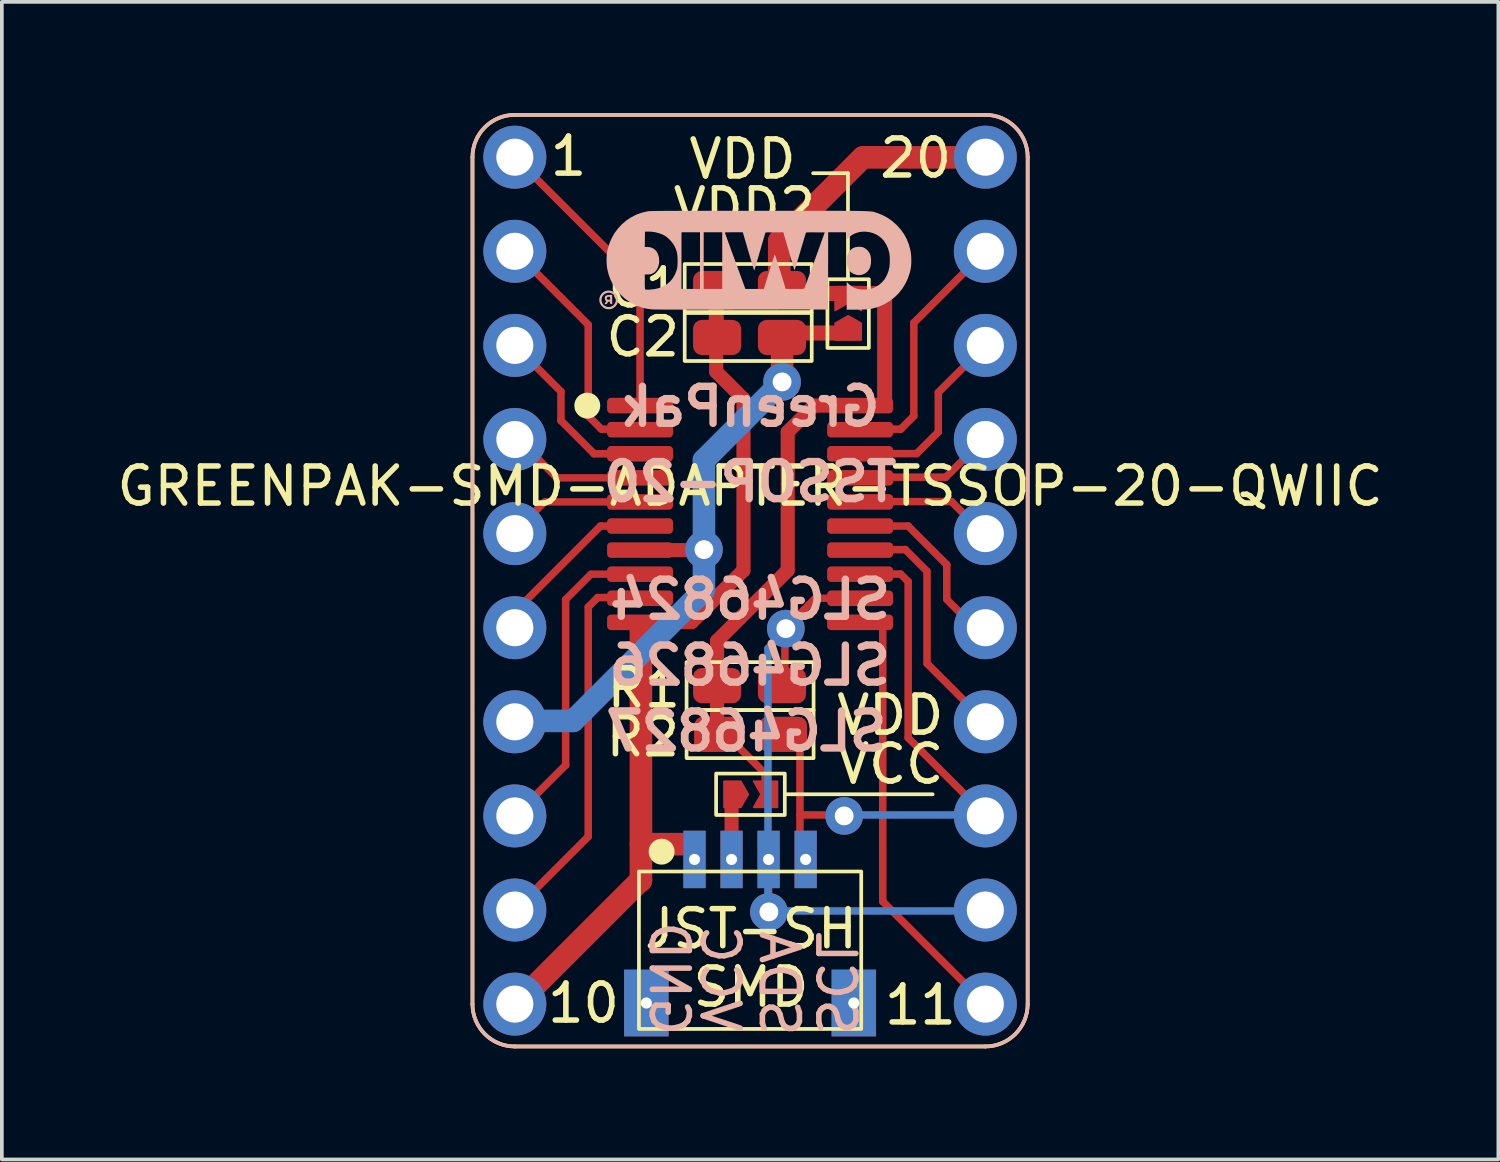
<source format=kicad_pcb>
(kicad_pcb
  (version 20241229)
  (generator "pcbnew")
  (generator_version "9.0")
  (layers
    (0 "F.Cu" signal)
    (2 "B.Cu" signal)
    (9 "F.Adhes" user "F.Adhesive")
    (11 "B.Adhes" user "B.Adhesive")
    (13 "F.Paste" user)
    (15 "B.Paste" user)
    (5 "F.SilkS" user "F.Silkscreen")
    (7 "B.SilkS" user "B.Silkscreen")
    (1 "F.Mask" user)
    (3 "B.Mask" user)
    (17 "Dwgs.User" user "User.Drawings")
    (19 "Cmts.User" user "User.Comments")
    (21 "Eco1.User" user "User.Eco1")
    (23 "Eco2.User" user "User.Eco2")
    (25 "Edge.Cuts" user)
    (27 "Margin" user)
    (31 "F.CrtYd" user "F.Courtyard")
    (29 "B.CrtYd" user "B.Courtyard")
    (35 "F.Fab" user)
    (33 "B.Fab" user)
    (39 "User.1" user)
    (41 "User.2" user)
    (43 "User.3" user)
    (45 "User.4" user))
  (footprint "GREENPAK-SMD-ADAPTER-TSSOP-20-QWIIC"
    (layer "F.Cu")
    (at 17.196 12.623)
    (property "Reference" "GREENPAK-SMD-ADAPTER-TSSOP-20-QWIIC" (at 0 -2.55 0) (layer "F.SilkS") (effects (font (size 1 1) (thickness 0.15))))
    (attr smd)
    (fp_line (start -6.375 8.915) (end -4.37 6.91) (stroke (width 0.203) (type default)) (layer "F.Cu"))
    (fp_line (start -6.35 -11.43) (end -2.972 -8.052) (stroke (width 0.203) (type default)) (layer "F.Cu"))
    (fp_line (start -6.35 -8.89) (end -4.369 -6.909) (stroke (width 0.203) (type default)) (layer "F.Cu"))
    (fp_line (start -6.35 -6.35) (end -5.105 -5.105) (stroke (width 0.203) (type default)) (layer "F.Cu"))
    (fp_line (start -6.349 6.349) (end -4.978 4.978) (stroke (width 0.203) (type default)) (layer "F.Cu"))
    (fp_line (start -6.287 -3.849) (end -5.216 -2.777) (stroke (width 0.2) (type default)) (layer "F.Cu"))
    (fp_line (start -5.547 -2.124) (end -6.404 -1.267) (stroke (width 0.2) (type default)) (layer "F.Cu"))
    (fp_line (start -5.207 -2.775) (end -2.97 -2.775) (stroke (width 0.2) (type default)) (layer "F.Cu"))
    (fp_line (start -5.106 -4.321) (end -4.214 -3.429) (stroke (width 0.203) (type default)) (layer "F.Cu"))
    (fp_line (start -5.105 -4.318) (end -5.105 -5.105) (stroke (width 0.203) (type default)) (layer "F.Cu"))
    (fp_line (start -4.981 0.511) (end -4.296 -0.174) (stroke (width 0.2) (type default)) (layer "F.Cu"))
    (fp_line (start -4.978 0.508) (end -4.978 4.978) (stroke (width 0.203) (type default)) (layer "F.Cu"))
    (fp_line (start -4.369 -4.445) (end -4.369 -6.909) (stroke (width 0.203) (type default)) (layer "F.Cu"))
    (fp_line (start -4.369 0.711) (end -4.369 6.909) (stroke (width 0.203) (type default)) (layer "F.Cu"))
    (fp_line (start -4.368 0.711) (end -4.114 0.457) (stroke (width 0.203) (type default)) (layer "F.Cu"))
    (fp_line (start -4.039 -1.473) (end -6.5 0.988) (stroke (width 0.203) (type default)) (layer "F.Cu"))
    (fp_line (start -4.013 -4.089) (end -4.367 -4.443) (stroke (width 0.203) (type default)) (layer "F.Cu"))
    (fp_line (start -2.97 -4.725) (end -2.97 -8.052) (stroke (width 0.203) (type default)) (layer "F.Cu"))
    (fp_line (start -2.97 -4.089) (end -4.013 -4.089) (stroke (width 0.203) (type default)) (layer "F.Cu"))
    (fp_line (start -2.97 -3.425) (end -4.216 -3.425) (stroke (width 0.203) (type default)) (layer "F.Cu"))
    (fp_line (start -2.97 -2.125) (end -5.537 -2.125) (stroke (width 0.2) (type default)) (layer "F.Cu"))
    (fp_line (start -2.97 -1.475) (end -4.039 -1.475) (stroke (width 0.203) (type default)) (layer "F.Cu"))
    (fp_line (start -2.97 -0.175) (end -4.293 -0.175) (stroke (width 0.2) (type default)) (layer "F.Cu"))
    (fp_line (start -2.946 1.295) (end -2.946 8.103) (stroke (width 0.61) (type default)) (layer "F.Cu"))
    (fp_line (start -2.946 8.077) (end -6.388 11.519) (stroke (width 0.61) (type default)) (layer "F.Cu"))
    (fp_line (start -2.945 0.457) (end -4.115 0.457) (stroke (width 0.203) (type default)) (layer "F.Cu"))
    (fp_line (start -1.575 1.118) (end -2.997 1.118) (stroke (width 0.381) (type default)) (layer "F.Cu"))
    (fp_line (start -1.575 7.112) (end -2.946 7.112) (stroke (width 0.61) (type default)) (layer "F.Cu"))
    (fp_line (start -1.245 -0.825) (end -2.97 -0.825) (stroke (width 0.381) (type default)) (layer "F.Cu"))
    (fp_line (start -0.914 -6.564) (end -0.914 -7.885) (stroke (width 0.406) (type default)) (layer "F.Cu"))
    (fp_line (start -0.914 -6.477) (end -0.914 -5.639) (stroke (width 0.381) (type default)) (layer "F.Cu"))
    (fp_line (start -0.893 1.63) (end 1.015 -0.278) (stroke (width 0.381) (type default)) (layer "F.Cu"))
    (fp_line (start -0.889 1.626) (end -0.889 2.87) (stroke (width 0.381) (type default)) (layer "F.Cu"))
    (fp_line (start -0.889 2.834) (end -0.889 4.129) (stroke (width 0.381) (type default)) (layer "F.Cu"))
    (fp_line (start -0.5 7.525) (end -0.5 5.715) (stroke (width 0.381) (type default)) (layer "F.Cu"))
    (fp_line (start -0.489 4.312) (end 0.406 5.207) (stroke (width 0.203) (type default)) (layer "F.Cu"))
    (fp_line (start -0.185 -0.272) (end -1.573 1.116) (stroke (width 0.381) (type default)) (layer "F.Cu"))
    (fp_line (start -0.178 -4.903) (end -0.914 -5.639) (stroke (width 0.381) (type default)) (layer "F.Cu"))
    (fp_line (start -0.178 -4.902) (end -0.178 -0.279) (stroke (width 0.381) (type default)) (layer "F.Cu"))
    (fp_line (start 0.406 5.22) (end 0.406 5.588) (stroke (width 0.203) (type default)) (layer "F.Cu"))
    (fp_line (start 0.5 9.296) (end 0.5 7.525) (stroke (width 0.203) (type default)) (layer "F.Cu"))
    (fp_line (start 0.709 1.526) (end 1.76 0.475) (stroke (width 0.2) (type default)) (layer "F.Cu"))
    (fp_line (start 0.787 -9.169) (end 3.043 -11.425) (stroke (width 0.61) (type default)) (layer "F.Cu"))
    (fp_line (start 0.787 -7.95) (end 0.787 -9.169) (stroke (width 0.61) (type default)) (layer "F.Cu"))
    (fp_line (start 0.787 -7.752) (end 3.556 -7.752) (stroke (width 0.406) (type default)) (layer "F.Cu"))
    (fp_line (start 0.864 -6.685) (end 2.388 -6.685) (stroke (width 0.406) (type default)) (layer "F.Cu"))
    (fp_line (start 0.864 -6.558) (end 0.864 -5.39) (stroke (width 0.61) (type default)) (layer "F.Cu"))
    (fp_line (start 0.94 1.321) (end 0.94 2.845) (stroke (width 0.203) (type default)) (layer "F.Cu"))
    (fp_line (start 1.016 -4.013) (end 1.016 -0.279) (stroke (width 0.381) (type default)) (layer "F.Cu"))
    (fp_line (start 1.017 -4.014) (end 1.727 -4.724) (stroke (width 0.381) (type default)) (layer "F.Cu"))
    (fp_line (start 1.346 4.064) (end 1.346 6.921) (stroke (width 0.203) (type default)) (layer "F.Cu"))
    (fp_line (start 1.346 6.325) (end 2.54 6.325) (stroke (width 0.203) (type default)) (layer "F.Cu"))
    (fp_line (start 1.778 0.475) (end 2.97 0.475) (stroke (width 0.2) (type default)) (layer "F.Cu"))
    (fp_line (start 2.919 -2.794) (end 5.283 -2.794) (stroke (width 0.203) (type default)) (layer "F.Cu"))
    (fp_line (start 2.945 -3.429) (end 4.496 -3.429) (stroke (width 0.203) (type default)) (layer "F.Cu"))
    (fp_line (start 2.97 -4.725) (end 1.727 -4.725) (stroke (width 0.381) (type default)) (layer "F.Cu"))
    (fp_line (start 2.97 -2.134) (end 5.436 -2.134) (stroke (width 0.203) (type default)) (layer "F.Cu"))
    (fp_line (start 2.97 -1.475) (end 4.267 -1.475) (stroke (width 0.203) (type default)) (layer "F.Cu"))
    (fp_line (start 3.581 1.1) (end 3.581 8.661) (stroke (width 0.203) (type default)) (layer "F.Cu"))
    (fp_line (start 3.632 -4.775) (end 3.632 -7.747) (stroke (width 0.406) (type default)) (layer "F.Cu"))
    (fp_line (start 4.064 -4.089) (end 3.175 -4.089) (stroke (width 0.203) (type default)) (layer "F.Cu"))
    (fp_line (start 4.064 -4.089) (end 4.42 -4.445) (stroke (width 0.203) (type default)) (layer "F.Cu"))
    (fp_line (start 4.064 -0.178) (end 3.454 -0.178) (stroke (width 0.203) (type default)) (layer "F.Cu"))
    (fp_line (start 4.19 -0.839) (end 4.774 -0.255) (stroke (width 0.203) (type default)) (layer "F.Cu"))
    (fp_line (start 4.191 -0.838) (end 3.099 -0.838) (stroke (width 0.203) (type default)) (layer "F.Cu"))
    (fp_line (start 4.267 0.025) (end 4.064 -0.178) (stroke (width 0.203) (type default)) (layer "F.Cu"))
    (fp_line (start 4.267 4.242) (end 4.267 0.025) (stroke (width 0.203) (type default)) (layer "F.Cu"))
    (fp_line (start 4.42 -4.445) (end 4.42 -6.96) (stroke (width 0.203) (type default)) (layer "F.Cu"))
    (fp_line (start 4.499 -3.432) (end 5.08 -4.013) (stroke (width 0.203) (type default)) (layer "F.Cu"))
    (fp_line (start 4.775 2.235) (end 4.775 -0.254) (stroke (width 0.203) (type default)) (layer "F.Cu"))
    (fp_line (start 5.08 -5.08) (end 5.08 -4.013) (stroke (width 0.203) (type default)) (layer "F.Cu"))
    (fp_line (start 5.309 -0.432) (end 5.309 0.483) (stroke (width 0.203) (type default)) (layer "F.Cu"))
    (fp_line (start 5.31 -0.43) (end 4.266 -1.475) (stroke (width 0.203) (type default)) (layer "F.Cu"))
    (fp_line (start 5.436 -2.134) (end 6.4 -1.169) (stroke (width 0.203) (type default)) (layer "F.Cu"))
    (fp_line (start 5.955 1.155) (end 5.309 0.508) (stroke (width 0.203) (type default)) (layer "F.Cu"))
    (fp_line (start 6.319 -3.83) (end 5.283 -2.794) (stroke (width 0.203) (type default)) (layer "F.Cu"))
    (fp_line (start 6.343 6.317) (end 4.267 4.242) (stroke (width 0.203) (type default)) (layer "F.Cu"))
    (fp_line (start 6.35 -11.425) (end 3.048 -11.425) (stroke (width 0.61) (type default)) (layer "F.Cu"))
    (fp_line (start 6.35 -8.889) (end 4.42 -6.96) (stroke (width 0.203) (type default)) (layer "F.Cu"))
    (fp_line (start 6.35 3.81) (end 4.778 2.238) (stroke (width 0.203) (type default)) (layer "F.Cu"))
    (fp_line (start 6.35 11.43) (end 3.588 8.668) (stroke (width 0.203) (type default)) (layer "F.Cu"))
    (fp_line (start 6.644 -6.644) (end 5.08 -5.08) (stroke (width 0.203) (type default)) (layer "F.Cu"))
    (fp_poly (pts (xy -0.251 5.416) (xy -0.701 5.416) (xy -0.701 6.116) (xy -0.251 6.116) (xy -0.051 5.766)) (stroke (width 0.05) (type solid)) (fill yes) (layer "F.Cu"))
    (fp_poly (pts (xy 0.099 5.416) (xy 0.736 5.416) (xy 0.736 6.116) (xy 0.099 6.116) (xy 0.299 5.766)) (stroke (width 0.05) (type solid)) (fill yes) (layer "F.Cu"))
    (fp_poly (pts (xy 2.297 -7.297) (xy 2.297 -7.933) (xy 2.997 -7.933) (xy 2.997 -7.297) (xy 2.647 -7.497)) (stroke (width 0.05) (type solid)) (fill yes) (layer "F.Cu"))
    (fp_poly (pts (xy 2.297 -6.947) (xy 2.297 -6.497) (xy 2.997 -6.497) (xy 2.997 -6.947) (xy 2.647 -7.147)) (stroke (width 0.05) (type solid)) (fill yes) (layer "F.Cu"))
    (fp_poly (pts (xy -0.251 5.416) (xy -0.701 5.416) (xy -0.701 6.116) (xy -0.251 6.116) (xy -0.051 5.766)) (stroke (width 0.1) (type solid)) (fill yes) (layer "F.Mask"))
    (fp_poly (pts (xy 0.1 5.421) (xy 0.737 5.421) (xy 0.737 6.121) (xy 0.1 6.121) (xy 0.3 5.771)) (stroke (width 0.1) (type solid)) (fill yes) (layer "F.Mask"))
    (fp_poly (pts (xy 2.297 -6.947) (xy 2.297 -6.497) (xy 2.997 -6.497) (xy 2.997 -6.947) (xy 2.647 -7.147)) (stroke (width 0.1) (type solid)) (fill yes) (layer "F.Mask"))
    (fp_poly (pts (xy 2.303 -7.298) (xy 2.303 -7.934) (xy 3.003 -7.934) (xy 3.003 -7.298) (xy 2.653 -7.498)) (stroke (width 0.1) (type solid)) (fill yes) (layer "F.Mask"))
    (fp_line (start -6.401 3.785) (end -4.775 3.785) (stroke (width 0.61) (type default)) (layer "B.Cu"))
    (fp_line (start -4.775 3.785) (end -1.249 0.258) (stroke (width 0.61) (type default)) (layer "B.Cu"))
    (fp_line (start -1.245 -3.254) (end 0.861 -5.359) (stroke (width 0.61) (type default)) (layer "B.Cu"))
    (fp_line (start -1.245 -3.251) (end -1.245 -0.838) (stroke (width 0.61) (type default)) (layer "B.Cu"))
    (fp_line (start -1.245 0.229) (end -1.245 -0.813) (stroke (width 0.61) (type default)) (layer "B.Cu"))
    (fp_line (start 0.483 9.296) (end 0.483 1.829) (stroke (width 0.203) (type default)) (layer "B.Cu"))
    (fp_line (start 0.486 1.826) (end 0.765 1.547) (stroke (width 0.203) (type default)) (layer "B.Cu"))
    (fp_line (start 0.508 8.915) (end 6.325 8.915) (stroke (width 0.203) (type default)) (layer "B.Cu"))
    (fp_line (start 2.54 6.325) (end 6.566 6.325) (stroke (width 0.203) (type default)) (layer "B.Cu"))
    (fp_line (start -7.493 11.43) (end -7.493 -11.43) (stroke (width 0.1) (type default)) (layer "F.SilkS"))
    (fp_line (start -6.35 -12.573) (end 6.35 -12.573) (stroke (width 0.1) (type default)) (layer "F.SilkS"))
    (fp_line (start 0.94 5.766) (end 4.928 5.766) (stroke (width 0.1) (type default)) (layer "F.SilkS"))
    (fp_line (start 1.702 -10.998) (end 2.642 -10.998) (stroke (width 0.1) (type default)) (layer "F.SilkS"))
    (fp_line (start 2.642 -10.998) (end 2.642 -8.153) (stroke (width 0.1) (type default)) (layer "F.SilkS"))
    (fp_line (start 6.35 12.573) (end -6.35 12.573) (stroke (width 0.1) (type default)) (layer "F.SilkS"))
    (fp_line (start 7.493 -11.43) (end 7.493 11.43) (stroke (width 0.1) (type default)) (layer "F.SilkS"))
    (fp_rect (start -3 7.85) (end 3 12.1) (stroke (width 0.1) (type default)) (fill no) (layer "F.SilkS"))
    (fp_rect (start -1.765 -8.546) (end 1.664 -7.25) (stroke (width 0.1) (type default)) (fill no) (layer "F.SilkS"))
    (fp_rect (start -1.765 -7.225) (end 1.664 -5.929) (stroke (width 0.1) (type default)) (fill no) (layer "F.SilkS"))
    (fp_rect (start -1.714 2.199) (end 1.714 3.494) (stroke (width 0.1) (type default)) (fill no) (layer "F.SilkS"))
    (fp_rect (start -1.714 3.494) (end 1.714 4.79) (stroke (width 0.1) (type default)) (fill no) (layer "F.SilkS"))
    (fp_rect (start -0.917 5.207) (end 0.937 6.325) (stroke (width 0.1) (type default)) (fill no) (layer "F.SilkS"))
    (fp_arc (start -7.493 -11.43) (mid -7.158223 -12.238223) (end -6.35 -12.573) (stroke (width 0.1) (type default)) (layer "F.SilkS"))
    (fp_arc (start -6.35 12.573) (mid -7.158223 12.238223) (end -7.493 11.43) (stroke (width 0.1) (type default)) (layer "F.SilkS"))
    (fp_arc (start 6.35 -12.573) (mid 7.158226 -12.238224) (end 7.493 -11.43) (stroke (width 0.1) (type default)) (layer "F.SilkS"))
    (fp_arc (start 7.493 11.43) (mid 7.158224 12.238224) (end 6.35 12.573) (stroke (width 0.1) (type default)) (layer "F.SilkS"))
    (fp_circle (center -4.394 -4.724) (end -4.094 -4.724) (stroke (width 0.1) (type solid)) (fill yes) (layer "F.SilkS"))
    (fp_circle (center -2.388 7.315) (end -2.088 7.315) (stroke (width 0.1) (type solid)) (fill yes) (layer "F.SilkS"))
    (fp_poly (pts (xy 2.088 -6.281) (xy 2.088 -8.135) (xy 3.206 -8.135) (xy 3.206 -6.281)) (stroke (width 0.1) (type default)) (fill no) (layer "F.SilkS"))
    (fp_line (start -7.493 11.43) (end -7.493 -11.43) (stroke (width 0.1) (type default)) (layer "B.SilkS"))
    (fp_line (start -6.35 -12.573) (end 6.35 -12.573) (stroke (width 0.1) (type default)) (layer "B.SilkS"))
    (fp_line (start 6.35 12.573) (end -6.35 12.573) (stroke (width 0.1) (type default)) (layer "B.SilkS"))
    (fp_line (start 7.493 -11.43) (end 7.493 11.43) (stroke (width 0.1) (type default)) (layer "B.SilkS"))
    (fp_arc (start -7.493 -11.43) (mid -7.158223 -12.238223) (end -6.35 -12.573) (stroke (width 0.1) (type default)) (layer "B.SilkS"))
    (fp_arc (start -6.35 12.573) (mid -7.158223 12.238223) (end -7.493 11.43) (stroke (width 0.1) (type default)) (layer "B.SilkS"))
    (fp_arc (start 6.35 -12.573) (mid 7.158223 -12.238223) (end 7.493 -11.43) (stroke (width 0.1) (type default)) (layer "B.SilkS"))
    (fp_arc (start 7.493 11.43) (mid 7.158223 12.238223) (end 6.35 12.573) (stroke (width 0.1) (type default)) (layer "B.SilkS"))
    (fp_poly (pts (xy 2.914 -9.012) (xy 2.836 -9) (xy 2.771 -8.973) (xy 2.715 -8.93) (xy 2.669 -8.87) (xy 2.645 -8.825) (xy 2.63 -8.79) (xy 2.62 -8.759) (xy 2.615 -8.724) (xy 2.611 -8.678) (xy 2.61 -8.659) (xy 2.613 -8.56) (xy 2.631 -8.473) (xy 2.664 -8.399) (xy 2.711 -8.338) (xy 2.737 -8.315) (xy 2.799 -8.277) (xy 2.871 -8.254) (xy 2.945 -8.246) (xy 3.018 -8.256) (xy 3.032 -8.26) (xy 3.106 -8.293) (xy 3.167 -8.341) (xy 3.213 -8.402) (xy 3.246 -8.476) (xy 3.263 -8.563) (xy 3.266 -8.658) (xy 3.258 -8.74) (xy 3.24 -8.808) (xy 3.21 -8.866) (xy 3.168 -8.918) (xy 3.152 -8.933) (xy 3.1 -8.973) (xy 3.048 -8.999) (xy 2.989 -9.011) (xy 2.919 -9.012)) (stroke (width 0) (type solid)) (fill yes) (layer "B.SilkS"))
    (fp_poly (pts (xy -3.837 -7.71) (xy -3.88 -7.699) (xy -3.907 -7.681) (xy -3.912 -7.673) (xy -3.921 -7.64) (xy -3.92 -7.604) (xy -3.908 -7.572) (xy -3.902 -7.563) (xy -3.888 -7.548) (xy -3.887 -7.536) (xy -3.898 -7.518) (xy -3.9 -7.516) (xy -3.919 -7.488) (xy -3.926 -7.472) (xy -3.922 -7.465) (xy -3.907 -7.464) (xy -3.9 -7.464) (xy -3.876 -7.467) (xy -3.859 -7.48) (xy -3.848 -7.499) (xy -3.828 -7.525) (xy -3.808 -7.535) (xy -3.791 -7.529) (xy -3.781 -7.507) (xy -3.78 -7.501) (xy -3.775 -7.478) (xy -3.762 -7.468) (xy -3.749 -7.466) (xy -3.722 -7.462) (xy -3.722 -7.588) (xy -3.722 -7.598) (xy -3.779 -7.598) (xy -3.784 -7.587) (xy -3.8 -7.584) (xy -3.812 -7.584) (xy -3.84 -7.587) (xy -3.859 -7.595) (xy -3.86 -7.596) (xy -3.872 -7.618) (xy -3.867 -7.639) (xy -3.847 -7.655) (xy -3.817 -7.664) (xy -3.809 -7.664) (xy -3.792 -7.661) (xy -3.784 -7.649) (xy -3.78 -7.624) (xy -3.779 -7.598) (xy -3.722 -7.598) (xy -3.722 -7.714) (xy -3.781 -7.714)) (stroke (width 0) (type solid)) (fill yes) (layer "B.SilkS"))
    (fp_poly (pts (xy -3.843 -7.831) (xy -3.909 -7.816) (xy -3.966 -7.785) (xy -4.012 -7.742) (xy -4.046 -7.689) (xy -4.066 -7.629) (xy -4.07 -7.565) (xy -4.058 -7.5) (xy -4.043 -7.466) (xy -4.016 -7.426) (xy -3.978 -7.388) (xy -3.936 -7.356) (xy -3.895 -7.336) (xy -3.894 -7.336) (xy -3.829 -7.325) (xy -3.761 -7.33) (xy -3.725 -7.34) (xy -3.68 -7.364) (xy -3.636 -7.402) (xy -3.6 -7.447) (xy -3.587 -7.469) (xy -3.57 -7.523) (xy -3.566 -7.585) (xy -3.569 -7.602) (xy -3.624 -7.602) (xy -3.625 -7.547) (xy -3.642 -7.497) (xy -3.67 -7.452) (xy -3.71 -7.417) (xy -3.757 -7.394) (xy -3.81 -7.384) (xy -3.867 -7.391) (xy -3.89 -7.399) (xy -3.942 -7.43) (xy -3.979 -7.472) (xy -4.002 -7.521) (xy -4.011 -7.573) (xy -4.005 -7.626) (xy -3.985 -7.676) (xy -3.951 -7.719) (xy -3.902 -7.753) (xy -3.89 -7.758) (xy -3.832 -7.773) (xy -3.774 -7.768) (xy -3.721 -7.747) (xy -3.676 -7.711) (xy -3.642 -7.661) (xy -3.641 -7.659) (xy -3.624 -7.602) (xy -3.569 -7.602) (xy -3.575 -7.647) (xy -3.596 -7.701) (xy -3.639 -7.759) (xy -3.692 -7.801) (xy -3.755 -7.826) (xy -3.826 -7.832)) (stroke (width 0) (type solid)) (fill yes) (layer "B.SilkS"))
    (fp_poly (pts (xy 0.835 -9.984) (xy 0.566 -9.984) (xy 0.278 -9.984) (xy 0.242 -9.984) (xy -0.046 -9.984) (xy -0.315 -9.984) (xy -0.565 -9.984) (xy -0.798 -9.984) (xy -1.013 -9.984) (xy -1.212 -9.983) (xy -1.395 -9.983) (xy -1.562 -9.983) (xy -1.715 -9.983) (xy -1.855 -9.983) (xy -1.981 -9.982) (xy -2.094 -9.982) (xy -2.196 -9.981) (xy -2.287 -9.981) (xy -2.368 -9.98) (xy -2.439 -9.98) (xy -2.501 -9.979) (xy -2.554 -9.978) (xy -2.6 -9.977) (xy -2.639 -9.976) (xy -2.672 -9.975) (xy -2.699 -9.974) (xy -2.722 -9.973) (xy -2.74 -9.972) (xy -2.755 -9.97) (xy -2.767 -9.969) (xy -2.773 -9.968) (xy -2.927 -9.931) (xy -3.075 -9.877) (xy -3.213 -9.806) (xy -3.342 -9.72) (xy -3.46 -9.619) (xy -3.566 -9.505) (xy -3.659 -9.38) (xy -3.737 -9.243) (xy -3.799 -9.097) (xy -3.844 -8.943) (xy -3.854 -8.899) (xy -3.866 -8.815) (xy -3.873 -8.718) (xy -3.874 -8.618) (xy -3.869 -8.52) (xy -3.859 -8.432) (xy -3.857 -8.424) (xy -3.82 -8.268) (xy -3.764 -8.117) (xy -3.691 -7.975) (xy -3.602 -7.843) (xy -3.498 -7.722) (xy -3.379 -7.613) (xy -3.249 -7.519) (xy -3.22 -7.502) (xy -3.083 -7.432) (xy -2.936 -7.377) (xy -2.783 -7.339) (xy -2.675 -7.324) (xy -2.653 -7.322) (xy -2.616 -7.321) (xy -2.563 -7.32) (xy -2.494 -7.319) (xy -2.408 -7.318) (xy -2.305 -7.317) (xy -2.186 -7.317) (xy -2.049 -7.316) (xy -1.894 -7.316) (xy -1.722 -7.315) (xy -1.531 -7.315) (xy -1.322 -7.315) (xy -1.094 -7.315) (xy -0.847 -7.315) (xy -0.581 -7.315) (xy -0.295 -7.316) (xy -0.232 -7.316) (xy 2.103 -7.319) (xy 2.106 -8.361) (xy 2.108 -9.399) (xy 2.015 -9.399) (xy 1.747 -8.659) (xy 1.704 -8.542) (xy 1.664 -8.43) (xy 1.625 -8.325) (xy 1.59 -8.228) (xy 1.558 -8.141) (xy 1.53 -8.064) (xy 1.507 -8) (xy 1.488 -7.95) (xy 1.476 -7.916) (xy 1.469 -7.898) (xy 1.468 -7.896) (xy 1.465 -7.889) (xy 1.46 -7.884) (xy 1.451 -7.88) (xy 1.435 -7.877) (xy 1.41 -7.875) (xy 1.375 -7.874) (xy 1.325 -7.874) (xy 1.26 -7.874) (xy 1.21 -7.874) (xy 0.962 -7.874) (xy 0.819 -8.336) (xy 0.79 -8.429) (xy 0.763 -8.515) (xy 0.738 -8.594) (xy 0.716 -8.663) (xy 0.698 -8.721) (xy 0.683 -8.765) (xy 0.673 -8.794) (xy 0.669 -8.807) (xy 0.668 -8.807) (xy 0.664 -8.799) (xy 0.655 -8.774) (xy 0.641 -8.733) (xy 0.623 -8.679) (xy 0.601 -8.613) (xy 0.577 -8.536) (xy 0.55 -8.451) (xy 0.522 -8.359) (xy 0.517 -8.344) (xy 0.373 -7.874) (xy 0.123 -7.874) (xy -0.127 -7.874) (xy -0.401 -8.626) (xy -0.444 -8.744) (xy -0.485 -8.856) (xy -0.523 -8.961) (xy -0.559 -9.059) (xy -0.591 -9.146) (xy -0.619 -9.223) (xy -0.642 -9.287) (xy -0.66 -9.337) (xy -0.673 -9.371) (xy -0.679 -9.389) (xy -0.68 -9.391) (xy -0.677 -9.395) (xy -0.664 -9.399) (xy -0.64 -9.401) (xy -0.602 -9.402) (xy -0.549 -9.403) (xy -0.478 -9.404) (xy -0.44 -9.404) (xy -0.752 -9.404) (xy -0.752 -8.639) (xy -0.752 -7.874) (xy -1.002 -7.874) (xy -1.252 -7.874) (xy -1.252 -8.639) (xy -1.252 -9.404) (xy -1.352 -9.404) (xy -1.352 -8.639) (xy -1.352 -7.874) (xy -1.602 -7.874) (xy -1.852 -7.874) (xy -1.852 -8.634) (xy -1.957 -8.634) (xy -1.957 -8.568) (xy -1.959 -8.518) (xy -1.962 -8.479) (xy -1.966 -8.446) (xy -1.973 -8.414) (xy -1.98 -8.389) (xy -2.023 -8.274) (xy -2.081 -8.171) (xy -2.153 -8.082) (xy -2.239 -8.007) (xy -2.337 -7.946) (xy -2.448 -7.901) (xy -2.57 -7.87) (xy -2.702 -7.856) (xy -2.734 -7.855) (xy -2.773 -7.855) (xy -2.805 -7.857) (xy -2.825 -7.859) (xy -2.826 -7.86) (xy -2.832 -7.864) (xy -2.836 -7.874) (xy -2.839 -7.893) (xy -2.84 -7.922) (xy -2.841 -7.964) (xy -2.842 -8.022) (xy -2.842 -8.065) (xy -2.842 -8.264) (xy -2.764 -8.264) (xy -2.699 -8.269) (xy -2.645 -8.284) (xy -2.596 -8.312) (xy -2.565 -8.337) (xy -2.52 -8.39) (xy -2.486 -8.457) (xy -2.463 -8.533) (xy -2.453 -8.615) (xy -2.457 -8.698) (xy -2.463 -8.736) (xy -2.489 -8.82) (xy -2.528 -8.89) (xy -2.578 -8.943) (xy -2.639 -8.981) (xy -2.711 -9.002) (xy -2.77 -9.006) (xy -2.842 -9.006) (xy -2.84 -9.212) (xy -2.837 -9.419) (xy -2.767 -9.422) (xy -2.664 -9.419) (xy -2.557 -9.404) (xy -2.453 -9.377) (xy -2.357 -9.34) (xy -2.304 -9.312) (xy -2.245 -9.271) (xy -2.184 -9.216) (xy -2.126 -9.154) (xy -2.076 -9.089) (xy -2.045 -9.038) (xy -2.013 -8.973) (xy -1.99 -8.914) (xy -1.974 -8.855) (xy -1.964 -8.791) (xy -1.958 -8.717) (xy -1.957 -8.634) (xy -1.852 -8.634) (xy -1.852 -8.639) (xy -1.852 -9.404) (xy -1.602 -9.404) (xy -1.352 -9.404) (xy -1.252 -9.404) (xy -1.002 -9.404) (xy -0.752 -9.404) (xy -0.44 -9.404) (xy -0.196 -9.404) (xy -0.048 -8.896) (xy -0.019 -8.799) (xy 0.008 -8.708) (xy 0.033 -8.624) (xy 0.055 -8.55) (xy 0.075 -8.487) (xy 0.09 -8.437) (xy 0.101 -8.401) (xy 0.108 -8.382) (xy 0.109 -8.38) (xy 0.117 -8.381) (xy 0.123 -8.396) (xy 0.127 -8.41) (xy 0.136 -8.442) (xy 0.15 -8.489) (xy 0.167 -8.549) (xy 0.188 -8.621) (xy 0.212 -8.702) (xy 0.238 -8.791) (xy 0.265 -8.886) (xy 0.272 -8.91) (xy 0.415 -9.399) (xy 0.656 -9.401) (xy 0.896 -9.404) (xy 0.907 -9.371) (xy 0.911 -9.356) (xy 0.921 -9.322) (xy 0.935 -9.274) (xy 0.953 -9.212) (xy 0.974 -9.14) (xy 0.998 -9.058) (xy 1.024 -8.968) (xy 1.051 -8.874) (xy 1.054 -8.864) (xy 1.081 -8.77) (xy 1.106 -8.682) (xy 1.13 -8.602) (xy 1.151 -8.531) (xy 1.169 -8.472) (xy 1.183 -8.426) (xy 1.192 -8.395) (xy 1.197 -8.382) (xy 1.197 -8.381) (xy 1.202 -8.389) (xy 1.211 -8.414) (xy 1.224 -8.455) (xy 1.242 -8.51) (xy 1.263 -8.577) (xy 1.287 -8.655) (xy 1.313 -8.742) (xy 1.341 -8.835) (xy 1.354 -8.879) (xy 1.382 -8.976) (xy 1.409 -9.067) (xy 1.434 -9.151) (xy 1.456 -9.225) (xy 1.475 -9.288) (xy 1.491 -9.338) (xy 1.501 -9.374) (xy 1.508 -9.392) (xy 1.509 -9.395) (xy 1.52 -9.398) (xy 1.55 -9.4) (xy 1.596 -9.401) (xy 1.656 -9.402) (xy 1.728 -9.402) (xy 1.765 -9.401) (xy 2.015 -9.399) (xy 2.108 -9.399) (xy 2.108 -9.404) (xy 2.358 -9.404) (xy 2.608 -9.404) (xy 2.608 -9.308) (xy 2.608 -9.212) (xy 2.67 -9.269) (xy 2.753 -9.333) (xy 2.847 -9.38) (xy 2.949 -9.409) (xy 3.058 -9.421) (xy 3.118 -9.42) (xy 3.238 -9.404) (xy 3.348 -9.371) (xy 3.446 -9.322) (xy 3.534 -9.256) (xy 3.61 -9.176) (xy 3.672 -9.08) (xy 3.722 -8.97) (xy 3.75 -8.877) (xy 3.76 -8.832) (xy 3.766 -8.789) (xy 3.77 -8.74) (xy 3.771 -8.68) (xy 3.772 -8.644) (xy 3.769 -8.543) (xy 3.759 -8.454) (xy 3.74 -8.374) (xy 3.713 -8.294) (xy 3.682 -8.225) (xy 3.654 -8.172) (xy 3.626 -8.129) (xy 3.592 -8.088) (xy 3.56 -8.054) (xy 3.478 -7.982) (xy 3.392 -7.927) (xy 3.299 -7.889) (xy 3.197 -7.866) (xy 3.103 -7.857) (xy 2.99 -7.859) (xy 2.889 -7.877) (xy 2.798 -7.912) (xy 2.716 -7.963) (xy 2.667 -8.006) (xy 2.608 -8.064) (xy 2.608 -7.689) (xy 2.608 -7.314) (xy 2.856 -7.315) (xy 2.928 -7.316) (xy 2.999 -7.317) (xy 3.063 -7.319) (xy 3.116 -7.321) (xy 3.156 -7.323) (xy 3.172 -7.324) (xy 3.305 -7.346) (xy 3.432 -7.381) (xy 3.558 -7.431) (xy 3.632 -7.467) (xy 3.769 -7.548) (xy 3.895 -7.645) (xy 4.008 -7.755) (xy 4.107 -7.879) (xy 4.191 -8.014) (xy 4.26 -8.16) (xy 4.312 -8.314) (xy 4.335 -8.411) (xy 4.345 -8.488) (xy 4.351 -8.577) (xy 4.352 -8.672) (xy 4.348 -8.767) (xy 4.339 -8.854) (xy 4.329 -8.911) (xy 4.288 -9.069) (xy 4.231 -9.214) (xy 4.159 -9.348) (xy 4.07 -9.474) (xy 3.963 -9.593) (xy 3.942 -9.613) (xy 3.825 -9.715) (xy 3.703 -9.799) (xy 3.573 -9.868) (xy 3.433 -9.923) (xy 3.416 -9.929) (xy 3.4 -9.934) (xy 3.386 -9.939) (xy 3.372 -9.944) (xy 3.357 -9.948) (xy 3.341 -9.952) (xy 3.324 -9.956) (xy 3.304 -9.96) (xy 3.281 -9.963) (xy 3.255 -9.966) (xy 3.223 -9.968) (xy 3.187 -9.971) (xy 3.144 -9.973) (xy 3.095 -9.975) (xy 3.039 -9.976) (xy 2.974 -9.978) (xy 2.901 -9.979) (xy 2.818 -9.98) (xy 2.725 -9.981) (xy 2.622 -9.982) (xy 2.506 -9.982) (xy 2.379 -9.983) (xy 2.239 -9.983) (xy 2.085 -9.983) (xy 1.916 -9.984) (xy 1.733 -9.984) (xy 1.534 -9.984) (xy 1.318 -9.984) (xy 1.086 -9.984)) (stroke (width 0) (type solid)) (fill yes) (layer "B.SilkS"))
    (fp_text user "10" (at -4.496 11.405 0) (unlocked yes) (layer "F.SilkS") (effects (font (size 1 1) (thickness 0.15))))
    (fp_text user "R2" (at -2.896 4.216 0) (unlocked yes) (layer "F.SilkS") (effects (font (size 1 1) (thickness 0.15))))
    (fp_text user "SMD" (at 0.025 10.973 0) (unlocked yes) (layer "F.SilkS") (effects (font (size 1 1) (thickness 0.15))))
    (fp_text user "VCC" (at 3.785 4.953 0) (unlocked yes) (layer "F.SilkS") (effects (font (size 1 1) (thickness 0.15))))
    (fp_text user "VDD2" (at -0.152 -10.058 0) (unlocked yes) (layer "F.SilkS") (effects (font (size 1 1) (thickness 0.15))))
    (fp_text user "R1" (at -2.87 2.896 0) (unlocked yes) (layer "F.SilkS") (effects (font (size 1 1) (thickness 0.15))))
    (fp_text user "20" (at 4.47 -11.405 0) (unlocked yes) (layer "F.SilkS") (effects (font (size 1 1) (thickness 0.15))))
    (fp_text user "11" (at 4.597 11.455 0) (unlocked yes) (layer "F.SilkS") (effects (font (size 1 1) (thickness 0.15))))
    (fp_text user "VDD" (at 3.785 3.632 0) (unlocked yes) (layer "F.SilkS") (effects (font (size 1 1) (thickness 0.15))))
    (fp_text user "C2" (at -2.896 -6.579 0) (unlocked yes) (layer "F.SilkS") (effects (font (size 1 1) (thickness 0.15))))
    (fp_text user "C1" (at -2.845 -7.899 0) (unlocked yes) (layer "F.SilkS") (effects (font (size 1 1) (thickness 0.15))))
    (fp_text user "JST-SH" (at 0.025 9.398 0) (unlocked yes) (layer "F.SilkS") (effects (font (size 1 1) (thickness 0.15))))
    (fp_text user "VDD" (at -0.203 -11.379 0) (unlocked yes) (layer "F.SilkS") (effects (font (size 1 1) (thickness 0.15))))
    (fp_text user "1" (at -4.902 -11.455 0) (unlocked yes) (layer "F.SilkS") (effects (font (size 1 1) (thickness 0.15))))
    (fp_text user "SLG46826" (at 0 2.286 0) (unlocked yes) (layer "B.SilkS") (effects (font (size 1 1) (thickness 0.2) (bold yes)) (justify mirror)))
    (fp_text user "GND" (at -2.184 10.744 270) (unlocked yes) (layer "B.SilkS") (effects (font (size 1 1) (thickness 0.15)) (justify mirror)))
    (fp_text user "GreenPak" (at 0 -4.699 0) (unlocked yes) (layer "B.SilkS") (effects (font (size 1 1) (thickness 0.2) (bold yes)) (justify mirror)))
    (fp_text user "SDA" (at 0.787 10.871 270) (unlocked yes) (layer "B.SilkS") (effects (font (size 1 1) (thickness 0.15)) (justify mirror)))
    (fp_text user "SCL" (at 2.311 10.871 270) (unlocked yes) (layer "B.SilkS") (effects (font (size 1 1) (thickness 0.15)) (justify mirror)))
    (fp_text user "SLG46824" (at 0 0.508 0) (unlocked yes) (layer "B.SilkS") (effects (font (size 1 1) (thickness 0.2) (bold yes)) (justify mirror)))
    (fp_text user "TSSOP-20" (at 0 -2.667 0) (unlocked yes) (layer "B.SilkS") (effects (font (size 1 1) (thickness 0.2) (bold yes)) (justify mirror)))
    (fp_text user "VCC" (at -0.813 10.744 270) (unlocked yes) (layer "B.SilkS") (effects (font (size 1 1) (thickness 0.15)) (justify mirror)))
    (fp_text user "SLG46827" (at -0.102 4.064 0) (unlocked yes) (layer "B.SilkS") (effects (font (size 1 1) (thickness 0.2) (bold yes)) (justify mirror)))
    (pad "" thru_hole rect (at -2.8 11.4) (size 1.2 1.8) (drill 0.3) (layers "*.Cu" "F.Mask" "F.Paste"))
    (pad "" thru_hole rect (at 2.8 11.4) (size 1.2 1.8) (drill 0.3) (layers "*.Cu" "F.Mask" "F.Paste"))
    (pad "1" thru_hole circle (at -6.35 -11.43) (size 1.7 1.7) (drill 1) (layers "*.Cu" "*.Mask"))
    (pad "1" smd roundrect (at -2.97 -4.725) (size 1.78 0.42) (layers "F.Cu" "F.Mask" "F.Paste") (roundrect_rratio 0.25))
    (pad "2" thru_hole circle (at -6.35 -8.89) (size 1.7 1.7) (drill 1) (layers "*.Cu" "*.Mask"))
    (pad "2" smd roundrect (at -2.97 -4.075) (size 1.78 0.42) (layers "F.Cu" "F.Mask" "F.Paste") (roundrect_rratio 0.25))
    (pad "3" thru_hole circle (at -6.35 -6.35) (size 1.7 1.7) (drill 1) (layers "*.Cu" "*.Mask"))
    (pad "3" smd roundrect (at -2.97 -3.425) (size 1.78 0.42) (layers "F.Cu" "F.Mask" "F.Paste") (roundrect_rratio 0.25))
    (pad "4" thru_hole circle (at -6.35 -3.81) (size 1.7 1.7) (drill 1) (layers "*.Cu" "*.Mask"))
    (pad "4" smd roundrect (at -2.97 -2.775) (size 1.78 0.42) (layers "F.Cu" "F.Mask" "F.Paste") (roundrect_rratio 0.25))
    (pad "5" thru_hole circle (at -6.35 -1.27) (size 1.7 1.7) (drill 1) (layers "*.Cu" "*.Mask"))
    (pad "5" smd roundrect (at -2.97 -2.125) (size 1.78 0.42) (layers "F.Cu" "F.Mask" "F.Paste") (roundrect_rratio 0.25))
    (pad "6" thru_hole circle (at -6.35 1.27) (size 1.7 1.7) (drill 1) (layers "*.Cu" "*.Mask"))
    (pad "6" smd roundrect (at -2.97 -1.475) (size 1.78 0.42) (layers "F.Cu" "F.Mask" "F.Paste") (roundrect_rratio 0.25))
    (pad "7" thru_hole circle (at -6.35 3.81) (size 1.7 1.7) (drill 1) (layers "*.Cu" "*.Mask"))
    (pad "7" smd roundrect (at -2.97 -0.825) (size 1.78 0.42) (layers "F.Cu" "F.Mask" "F.Paste") (roundrect_rratio 0.25))
    (pad "7" thru_hole circle (at -1.245 -0.838) (size 1.016 1.016) (drill 0.508) (layers "*.Cu"))
    (pad "7" smd roundrect (at 0.861 -6.564) (size 1.3 0.95) (layers "F.Cu" "F.Mask" "F.Paste") (roundrect_rratio 0.25))
    (pad "7" thru_hole circle (at 0.864 -5.364) (size 1.016 1.016) (drill 0.508) (layers "*.Cu"))
    (pad "8" thru_hole circle (at -6.35 6.35) (size 1.7 1.7) (drill 1) (layers "*.Cu" "*.Mask"))
    (pad "8" smd roundrect (at -2.97 -0.175) (size 1.78 0.42) (layers "F.Cu" "F.Mask" "F.Paste") (roundrect_rratio 0.25))
    (pad "9" thru_hole circle (at -6.35 8.89) (size 1.7 1.7) (drill 1) (layers "*.Cu" "*.Mask"))
    (pad "9" smd roundrect (at -2.97 0.475) (size 1.78 0.42) (layers "F.Cu" "F.Mask" "F.Paste") (roundrect_rratio 0.25))
    (pad "10" thru_hole circle (at -6.35 11.43) (size 1.7 1.7) (drill 1) (layers "*.Cu" "*.Mask"))
    (pad "10" smd roundrect (at -2.97 1.125) (size 1.78 0.42) (layers "F.Cu" "F.Mask" "F.Paste") (roundrect_rratio 0.25))
    (pad "10" thru_hole rect (at -1.5 7.525) (size 0.6 1.55) (drill 0.3) (layers "*.Cu" "F.Mask" "F.Paste"))
    (pad "10" smd roundrect (at -0.889 -7.885) (size 1.3 0.95) (layers "F.Cu" "F.Mask" "F.Paste") (roundrect_rratio 0.25))
    (pad "10" smd roundrect (at -0.889 -6.564) (size 1.3 0.95) (layers "F.Cu" "F.Mask" "F.Paste") (roundrect_rratio 0.25))
    (pad "11" smd roundrect (at 2.97 1.125) (size 1.78 0.42) (layers "F.Cu" "F.Mask" "F.Paste") (roundrect_rratio 0.25))
    (pad "11" thru_hole circle (at 6.35 11.43) (size 1.7 1.7) (drill 1) (layers "*.Cu" "*.Mask"))
    (pad "12" thru_hole rect (at 0.5 7.525) (size 0.6 1.55) (drill 0.3) (layers "*.Cu" "F.Mask" "F.Paste"))
    (pad "12" thru_hole circle (at 0.508 8.941) (size 1.016 1.016) (drill 0.508) (layers "*.Cu"))
    (pad "12" smd roundrect (at 0.861 2.834 180) (size 1.3 0.95) (layers "F.Cu" "F.Mask" "F.Paste") (roundrect_rratio 0.25))
    (pad "12" thru_hole circle (at 0.965 1.295) (size 1.016 1.016) (drill 0.508) (layers "*.Cu"))
    (pad "12" smd roundrect (at 2.97 0.475) (size 1.78 0.42) (layers "F.Cu" "F.Mask" "F.Paste") (roundrect_rratio 0.25))
    (pad "12" thru_hole circle (at 6.35 8.89) (size 1.7 1.7) (drill 1) (layers "*.Cu" "*.Mask"))
    (pad "13" smd roundrect (at 0.889 4.148 180) (size 1.3 0.95) (layers "F.Cu" "F.Mask" "F.Paste") (roundrect_rratio 0.25))
    (pad "13" thru_hole rect (at 1.5 7.525) (size 0.6 1.55) (drill 0.3) (layers "*.Cu" "F.Mask" "F.Paste"))
    (pad "13" thru_hole circle (at 2.54 6.35) (size 1.016 1.016) (drill 0.508) (layers "*.Cu"))
    (pad "13" smd roundrect (at 2.97 -0.175) (size 1.78 0.42) (layers "F.Cu" "F.Mask" "F.Paste") (roundrect_rratio 0.25))
    (pad "13" thru_hole circle (at 6.35 6.35) (size 1.7 1.7) (drill 1) (layers "*.Cu" "*.Mask"))
    (pad "14" smd roundrect (at 2.97 -0.825) (size 1.78 0.42) (layers "F.Cu" "F.Mask" "F.Paste") (roundrect_rratio 0.25))
    (pad "14" thru_hole circle (at 6.35 3.81) (size 1.7 1.7) (drill 1) (layers "*.Cu" "*.Mask"))
    (pad "15" smd roundrect (at 2.97 -1.475) (size 1.78 0.42) (layers "F.Cu" "F.Mask" "F.Paste") (roundrect_rratio 0.25))
    (pad "15" thru_hole circle (at 6.35 1.27) (size 1.7 1.7) (drill 1) (layers "*.Cu" "*.Mask"))
    (pad "16" smd roundrect (at 2.97 -2.125) (size 1.78 0.42) (layers "F.Cu" "F.Mask" "F.Paste") (roundrect_rratio 0.25))
    (pad "16" thru_hole circle (at 6.35 -1.27) (size 1.7 1.7) (drill 1) (layers "*.Cu" "*.Mask"))
    (pad "17" smd roundrect (at 2.97 -2.775) (size 1.78 0.42) (layers "F.Cu" "F.Mask" "F.Paste") (roundrect_rratio 0.25))
    (pad "17" thru_hole circle (at 6.35 -3.81) (size 1.7 1.7) (drill 1) (layers "*.Cu" "*.Mask"))
    (pad "18" smd roundrect (at 2.97 -3.425) (size 1.78 0.42) (layers "F.Cu" "F.Mask" "F.Paste") (roundrect_rratio 0.25))
    (pad "18" thru_hole circle (at 6.35 -6.35) (size 1.7 1.7) (drill 1) (layers "*.Cu" "*.Mask"))
    (pad "19" smd roundrect (at 2.97 -4.075) (size 1.78 0.42) (layers "F.Cu" "F.Mask" "F.Paste") (roundrect_rratio 0.25))
    (pad "19" thru_hole circle (at 6.35 -8.89) (size 1.7 1.7) (drill 1) (layers "*.Cu" "*.Mask"))
    (pad "20" smd roundrect (at -0.889 2.834 180) (size 1.3 0.95) (layers "F.Cu" "F.Mask" "F.Paste") (roundrect_rratio 0.25))
    (pad "20" smd roundrect (at -0.861 4.148 180) (size 1.3 0.95) (layers "F.Cu" "F.Mask" "F.Paste") (roundrect_rratio 0.25))
    (pad "20" thru_hole rect (at -0.5 7.525) (size 0.6 1.55) (drill 0.3) (layers "*.Cu" "F.Mask" "F.Paste"))
    (pad "20" smd roundrect (at 0.861 -7.885) (size 1.3 0.95) (layers "F.Cu" "F.Mask" "F.Paste") (roundrect_rratio 0.25))
    (pad "20" smd roundrect (at 2.97 -4.725) (size 1.78 0.42) (layers "F.Cu" "F.Mask" "F.Paste") (roundrect_rratio 0.25))
    (pad "20" thru_hole circle (at 6.35 -11.43) (size 1.7 1.7) (drill 1) (layers "*.Cu" "*.Mask")))
  (gr_rect
    (start -3 -3)
    (end 37.393 28.246)
    (stroke (width 0.1) (type default))
    (fill no)
    (layer "Edge.Cuts")))
</source>
